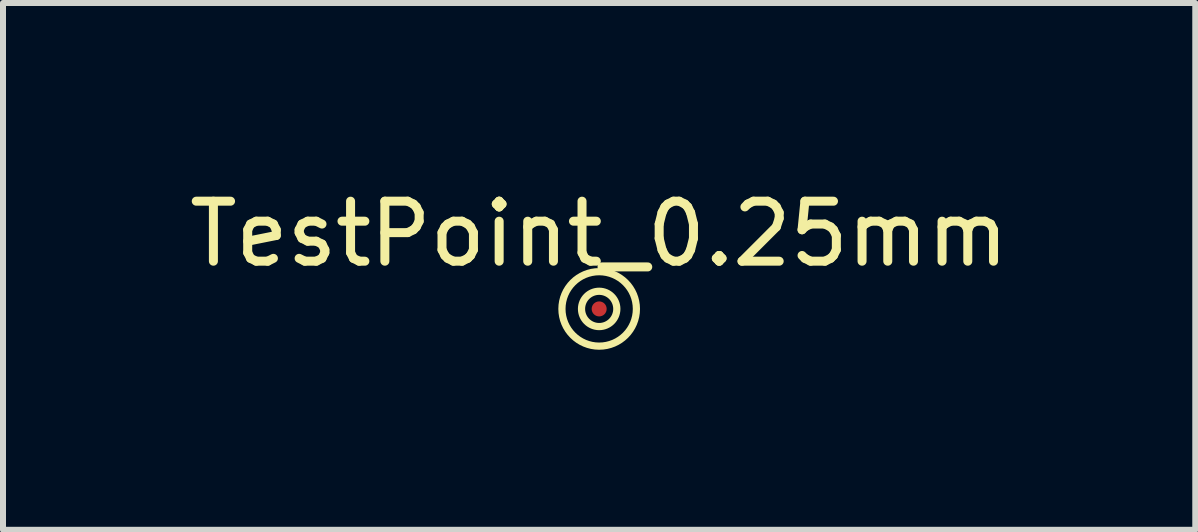
<source format=kicad_pcb>
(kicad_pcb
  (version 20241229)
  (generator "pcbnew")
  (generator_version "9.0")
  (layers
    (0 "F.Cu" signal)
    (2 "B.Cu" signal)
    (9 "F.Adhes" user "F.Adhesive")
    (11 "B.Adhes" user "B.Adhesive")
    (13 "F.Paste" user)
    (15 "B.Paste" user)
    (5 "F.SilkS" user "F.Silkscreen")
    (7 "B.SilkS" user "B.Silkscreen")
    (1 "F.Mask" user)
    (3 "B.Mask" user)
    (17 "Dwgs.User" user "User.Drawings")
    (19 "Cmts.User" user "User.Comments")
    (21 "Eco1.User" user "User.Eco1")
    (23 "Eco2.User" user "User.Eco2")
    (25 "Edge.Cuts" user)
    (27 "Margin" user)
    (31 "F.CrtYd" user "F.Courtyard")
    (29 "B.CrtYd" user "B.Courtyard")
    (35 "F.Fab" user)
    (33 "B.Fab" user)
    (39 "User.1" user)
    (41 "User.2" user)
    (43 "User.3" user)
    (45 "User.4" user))
  (footprint "TestPoint_0.25mm"
    (layer "F.Cu")
    (at 6.935 2.098)
    (property "Reference" "TestPoint_0.25mm" (at 0 -1.25 0) (unlocked yes) (layer "F.SilkS") (effects (font (size 1 1) (thickness 0.15))))
    (attr smd)
    (fp_circle (center 0 0) (end 0.209 -0.207) (stroke (width 0.12) (type default)) (fill no) (layer "F.SilkS"))
    (fp_circle (center 0 0) (end 0.504 -0.362) (stroke (width 0.12) (type default)) (fill no) (layer "F.SilkS"))
    (pad "1" smd circle (at 0 0) (size 0.25 0.25) (property pad_prop_testpoint) (layers "F.Cu" "F.Mask")))
  (gr_rect
    (start -3 -3)
    (end 16.869 5.779)
    (stroke (width 0.1) (type default))
    (fill no)
    (layer "Edge.Cuts")))
</source>
